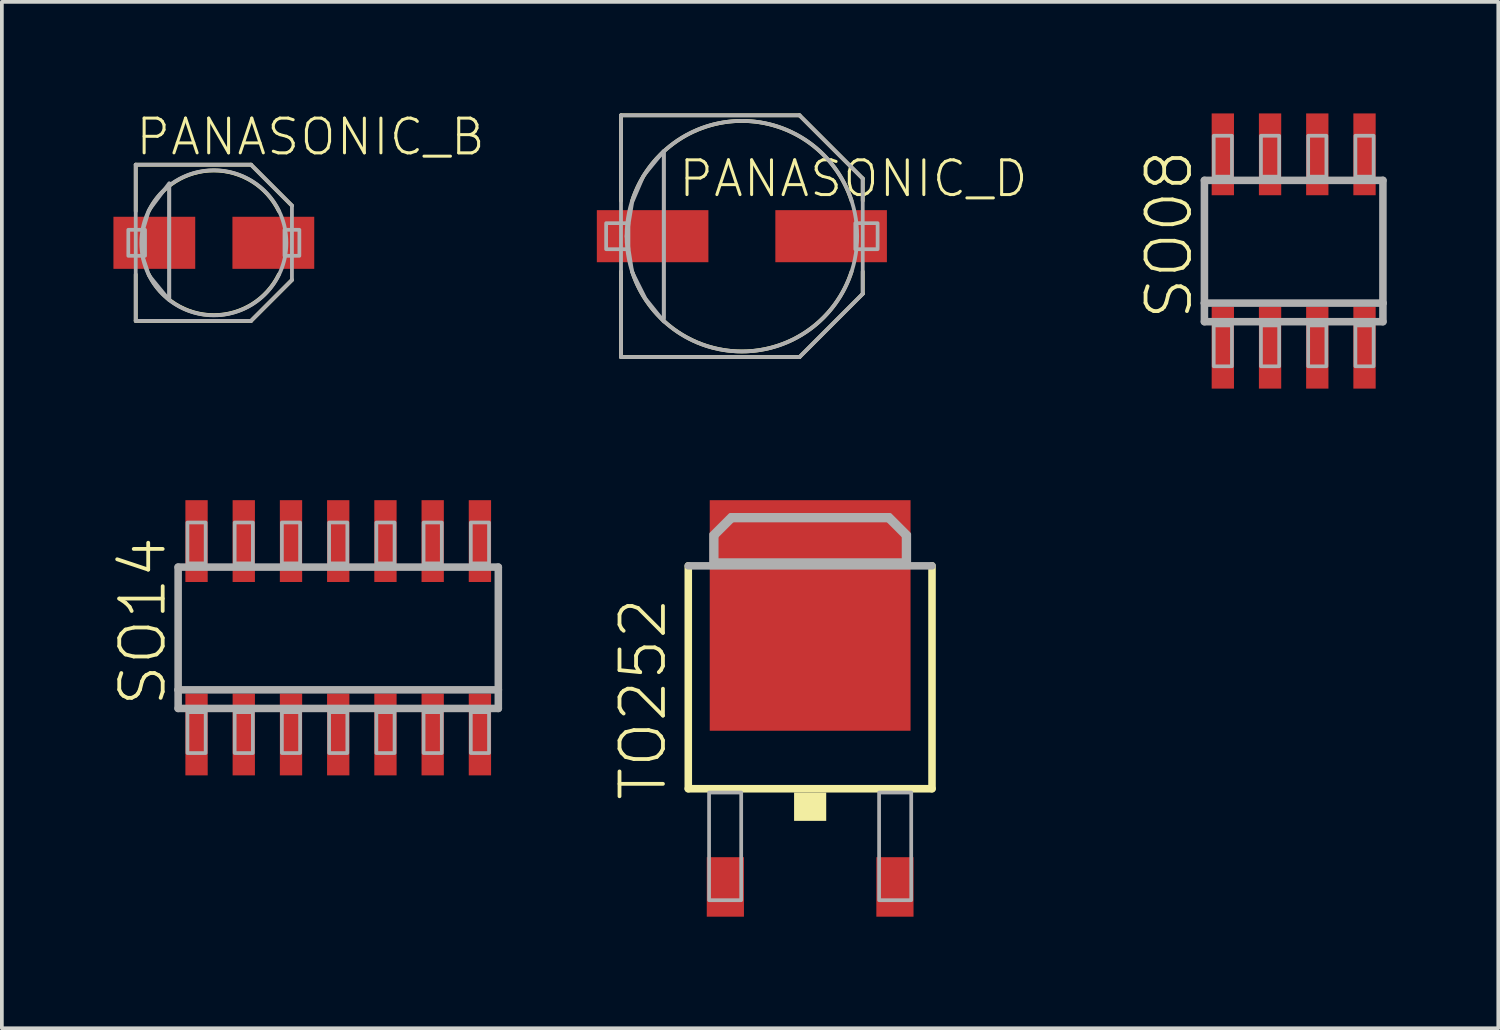
<source format=kicad_pcb>
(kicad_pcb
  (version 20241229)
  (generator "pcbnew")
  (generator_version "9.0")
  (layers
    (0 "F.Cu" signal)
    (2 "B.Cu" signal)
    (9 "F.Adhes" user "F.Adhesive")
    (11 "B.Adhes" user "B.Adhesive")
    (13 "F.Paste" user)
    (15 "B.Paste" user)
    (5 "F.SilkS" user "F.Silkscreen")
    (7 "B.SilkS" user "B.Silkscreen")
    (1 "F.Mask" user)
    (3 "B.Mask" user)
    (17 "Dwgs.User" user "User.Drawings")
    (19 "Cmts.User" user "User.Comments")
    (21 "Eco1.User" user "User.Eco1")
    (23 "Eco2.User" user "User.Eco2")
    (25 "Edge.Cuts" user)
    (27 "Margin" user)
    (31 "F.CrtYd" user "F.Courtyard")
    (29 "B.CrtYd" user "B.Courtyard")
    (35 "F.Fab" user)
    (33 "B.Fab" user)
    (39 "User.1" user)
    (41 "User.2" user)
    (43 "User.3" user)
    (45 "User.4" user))
  (footprint "PANASONIC_B"
    (layer "F.Cu")
    (at 2.7 3.479)
    (property "Reference" "PANASONIC_B" (at -2.15 -2.3 0) (unlocked yes) (layer "F.SilkS") (effects (font (size 0.935 0.935) (thickness 0.081)) (justify left bottom)))
    (fp_line (start -2.1 -2.1) (end 1 -2.1) (stroke (width 0.102) (type solid)) (layer "F.SilkS"))
    (fp_line (start -2.1 -0.85) (end -2.1 -2.1) (stroke (width 0.102) (type solid)) (layer "F.SilkS"))
    (fp_line (start -2.1 2.1) (end -2.1 0.85) (stroke (width 0.102) (type solid)) (layer "F.SilkS"))
    (fp_line (start 1 -2.1) (end 2.1 -1) (stroke (width 0.102) (type solid)) (layer "F.SilkS"))
    (fp_line (start 1 2.1) (end -2.1 2.1) (stroke (width 0.102) (type solid)) (layer "F.SilkS"))
    (fp_line (start 2.1 1) (end 1 2.1) (stroke (width 0.102) (type solid)) (layer "F.SilkS"))
    (fp_arc (start -1.75 -0.85) (mid 0 -1.945508) (end 1.75 -0.85) (stroke (width 0.1016) (type solid)) (layer "F.SilkS"))
    (fp_arc (start 1.75 0.85) (mid 0 1.945508) (end -1.75 0.85) (stroke (width 0.1016) (type solid)) (layer "F.SilkS"))
    (fp_line (start -2.1 -2.1) (end 1 -2.1) (stroke (width 0.102) (type solid)) (layer "F.Fab"))
    (fp_line (start -2.1 2.1) (end -2.1 -2.1) (stroke (width 0.102) (type solid)) (layer "F.Fab"))
    (fp_line (start -1.2 -1.5) (end -1.2 1.5) (stroke (width 0.102) (type solid)) (layer "F.Fab"))
    (fp_line (start 1 -2.1) (end 2.1 -1) (stroke (width 0.102) (type solid)) (layer "F.Fab"))
    (fp_line (start 1 2.1) (end -2.1 2.1) (stroke (width 0.102) (type solid)) (layer "F.Fab"))
    (fp_line (start 2.1 -1) (end 2.1 1) (stroke (width 0.102) (type solid)) (layer "F.Fab"))
    (fp_line (start 2.1 1) (end 1 2.1) (stroke (width 0.102) (type solid)) (layer "F.Fab"))
    (fp_circle (center 0 0) (end 1.95 0) (stroke (width 0.102) (type solid)) (fill no) (layer "F.Fab"))
    (fp_poly (pts (xy -2.3 0.35) (xy -1.85 0.35) (xy -1.85 -0.35) (xy -2.3 -0.35)) (stroke (width 0.1) (type default)) (fill no) (layer "F.Fab"))
    (fp_poly (pts (xy 1.9 0.35) (xy 2.3 0.35) (xy 2.3 -0.35) (xy 1.9 -0.35)) (stroke (width 0.1) (type default)) (fill no) (layer "F.Fab"))
    (fp_poly (pts (xy -1.199 1.542) (xy -1.745 0.875) (xy -1.901 0.408) (xy -1.901 -0.357) (xy -1.746 -0.873) (xy -1.199 -1.602)) (stroke (width 0.1) (type default)) (fill no) (layer "F.Fab"))
    (pad "+" smd rect (at 1.6 0) (size 2.2 1.4) (layers "F.Cu" "F.Mask" "F.Paste"))
    (pad "-" smd rect (at -1.6 0) (size 2.2 1.4) (layers "F.Cu" "F.Mask" "F.Paste")))
  (footprint "SO14"
    (layer "F.Cu")
    (at 6.045 14.1)
    (property "Reference" "SO14" (at -4.572 1.905 90) (unlocked yes) (layer "F.SilkS") (effects (font (size 1.168 1.168) (thickness 0.102)) (justify left bottom)))
    (fp_line (start -4.305 -1.9) (end 4.305 -1.9) (stroke (width 0.203) (type solid)) (layer "F.Fab"))
    (fp_line (start -4.305 1.4) (end -4.305 -1.9) (stroke (width 0.203) (type solid)) (layer "F.Fab"))
    (fp_line (start -4.305 1.9) (end -4.305 1.4) (stroke (width 0.203) (type solid)) (layer "F.Fab"))
    (fp_line (start 4.305 -1.9) (end 4.305 1.4) (stroke (width 0.203) (type solid)) (layer "F.Fab"))
    (fp_line (start 4.305 1.4) (end -4.305 1.4) (stroke (width 0.203) (type solid)) (layer "F.Fab"))
    (fp_line (start 4.305 1.4) (end 4.305 1.9) (stroke (width 0.203) (type solid)) (layer "F.Fab"))
    (fp_line (start 4.305 1.9) (end -4.305 1.9) (stroke (width 0.203) (type solid)) (layer "F.Fab"))
    (fp_poly (pts (xy -4.055 -2) (xy -3.565 -2) (xy -3.565 -3.1) (xy -4.055 -3.1)) (stroke (width 0.1) (type default)) (fill no) (layer "F.Fab"))
    (fp_poly (pts (xy -4.055 3.1) (xy -3.565 3.1) (xy -3.565 2) (xy -4.055 2)) (stroke (width 0.1) (type default)) (fill no) (layer "F.Fab"))
    (fp_poly (pts (xy -2.785 -2) (xy -2.295 -2) (xy -2.295 -3.1) (xy -2.785 -3.1)) (stroke (width 0.1) (type default)) (fill no) (layer "F.Fab"))
    (fp_poly (pts (xy -2.785 3.1) (xy -2.295 3.1) (xy -2.295 2) (xy -2.785 2)) (stroke (width 0.1) (type default)) (fill no) (layer "F.Fab"))
    (fp_poly (pts (xy -1.515 -2) (xy -1.025 -2) (xy -1.025 -3.1) (xy -1.515 -3.1)) (stroke (width 0.1) (type default)) (fill no) (layer "F.Fab"))
    (fp_poly (pts (xy -1.515 3.1) (xy -1.025 3.1) (xy -1.025 2) (xy -1.515 2)) (stroke (width 0.1) (type default)) (fill no) (layer "F.Fab"))
    (fp_poly (pts (xy -0.245 -2) (xy 0.245 -2) (xy 0.245 -3.1) (xy -0.245 -3.1)) (stroke (width 0.1) (type default)) (fill no) (layer "F.Fab"))
    (fp_poly (pts (xy -0.245 3.1) (xy 0.245 3.1) (xy 0.245 2) (xy -0.245 2)) (stroke (width 0.1) (type default)) (fill no) (layer "F.Fab"))
    (fp_poly (pts (xy 1.025 -2) (xy 1.515 -2) (xy 1.515 -3.1) (xy 1.025 -3.1)) (stroke (width 0.1) (type default)) (fill no) (layer "F.Fab"))
    (fp_poly (pts (xy 1.025 3.1) (xy 1.515 3.1) (xy 1.515 2) (xy 1.025 2)) (stroke (width 0.1) (type default)) (fill no) (layer "F.Fab"))
    (fp_poly (pts (xy 2.295 -2) (xy 2.785 -2) (xy 2.785 -3.1) (xy 2.295 -3.1)) (stroke (width 0.1) (type default)) (fill no) (layer "F.Fab"))
    (fp_poly (pts (xy 2.295 3.1) (xy 2.785 3.1) (xy 2.785 2) (xy 2.295 2)) (stroke (width 0.1) (type default)) (fill no) (layer "F.Fab"))
    (fp_poly (pts (xy 3.565 -2) (xy 4.055 -2) (xy 4.055 -3.1) (xy 3.565 -3.1)) (stroke (width 0.1) (type default)) (fill no) (layer "F.Fab"))
    (fp_poly (pts (xy 3.565 3.1) (xy 4.055 3.1) (xy 4.055 2) (xy 3.565 2)) (stroke (width 0.1) (type default)) (fill no) (layer "F.Fab"))
    (pad "1" smd rect (at -3.81 2.6) (size 0.6 2.2) (layers "F.Cu" "F.Mask" "F.Paste"))
    (pad "2" smd rect (at -2.54 2.6) (size 0.6 2.2) (layers "F.Cu" "F.Mask" "F.Paste"))
    (pad "3" smd rect (at -1.27 2.6) (size 0.6 2.2) (layers "F.Cu" "F.Mask" "F.Paste"))
    (pad "4" smd rect (at 0 2.6) (size 0.6 2.2) (layers "F.Cu" "F.Mask" "F.Paste"))
    (pad "5" smd rect (at 1.27 2.6) (size 0.6 2.2) (layers "F.Cu" "F.Mask" "F.Paste"))
    (pad "6" smd rect (at 2.54 2.6) (size 0.6 2.2) (layers "F.Cu" "F.Mask" "F.Paste"))
    (pad "7" smd rect (at 3.81 2.6) (size 0.6 2.2) (layers "F.Cu" "F.Mask" "F.Paste"))
    (pad "8" smd rect (at 3.81 -2.6) (size 0.6 2.2) (layers "F.Cu" "F.Mask" "F.Paste"))
    (pad "9" smd rect (at 2.54 -2.6) (size 0.6 2.2) (layers "F.Cu" "F.Mask" "F.Paste"))
    (pad "10" smd rect (at 1.27 -2.6) (size 0.6 2.2) (layers "F.Cu" "F.Mask" "F.Paste"))
    (pad "11" smd rect (at 0 -2.6) (size 0.6 2.2) (layers "F.Cu" "F.Mask" "F.Paste"))
    (pad "12" smd rect (at -1.27 -2.6) (size 0.6 2.2) (layers "F.Cu" "F.Mask" "F.Paste"))
    (pad "13" smd rect (at -2.54 -2.6) (size 0.6 2.2) (layers "F.Cu" "F.Mask" "F.Paste"))
    (pad "14" smd rect (at -3.81 -2.6) (size 0.6 2.2) (layers "F.Cu" "F.Mask" "F.Paste")))
  (footprint "PANASONIC_D"
    (layer "F.Cu")
    (at 16.899 3.301)
    (property "Reference" "PANASONIC_D" (at -1.75 -1 0) (unlocked yes) (layer "F.SilkS") (effects (font (size 0.935 0.935) (thickness 0.081)) (justify left bottom)))
    (fp_line (start -3.25 -3.25) (end 1.55 -3.25) (stroke (width 0.102) (type solid)) (layer "F.SilkS"))
    (fp_line (start -3.25 -0.95) (end -3.25 -3.25) (stroke (width 0.102) (type solid)) (layer "F.SilkS"))
    (fp_line (start -3.25 3.25) (end -3.25 0.95) (stroke (width 0.102) (type solid)) (layer "F.SilkS"))
    (fp_line (start 1.55 -3.25) (end 3.25 -1.55) (stroke (width 0.102) (type solid)) (layer "F.SilkS"))
    (fp_line (start 1.55 3.25) (end -3.25 3.25) (stroke (width 0.102) (type solid)) (layer "F.SilkS"))
    (fp_line (start 3.25 -1.55) (end 3.25 -0.95) (stroke (width 0.102) (type solid)) (layer "F.SilkS"))
    (fp_line (start 3.25 0.95) (end 3.25 1.55) (stroke (width 0.102) (type solid)) (layer "F.SilkS"))
    (fp_line (start 3.25 1.55) (end 1.55 3.25) (stroke (width 0.102) (type solid)) (layer "F.SilkS"))
    (fp_arc (start -2.95 -0.95) (mid 0 -3.099193) (end 2.95 -0.95) (stroke (width 0.1016) (type solid)) (layer "F.SilkS"))
    (fp_arc (start 2.95 0.95) (mid 0 3.099193) (end -2.95 0.95) (stroke (width 0.1016) (type solid)) (layer "F.SilkS"))
    (fp_line (start -3.25 -3.25) (end 1.55 -3.25) (stroke (width 0.102) (type solid)) (layer "F.Fab"))
    (fp_line (start -3.25 3.25) (end -3.25 -3.25) (stroke (width 0.102) (type solid)) (layer "F.Fab"))
    (fp_line (start -2.1 -2.25) (end -2.1 2.2) (stroke (width 0.102) (type solid)) (layer "F.Fab"))
    (fp_line (start 1.55 -3.25) (end 3.25 -1.55) (stroke (width 0.102) (type solid)) (layer "F.Fab"))
    (fp_line (start 1.55 3.25) (end -3.25 3.25) (stroke (width 0.102) (type solid)) (layer "F.Fab"))
    (fp_line (start 3.25 -1.55) (end 3.25 1.55) (stroke (width 0.102) (type solid)) (layer "F.Fab"))
    (fp_line (start 3.25 1.55) (end 1.55 3.25) (stroke (width 0.102) (type solid)) (layer "F.Fab"))
    (fp_circle (center 0 0) (end 3.1 0) (stroke (width 0.102) (type solid)) (fill no) (layer "F.Fab"))
    (fp_poly (pts (xy -3.65 0.35) (xy -3.05 0.35) (xy -3.05 -0.35) (xy -3.65 -0.35)) (stroke (width 0.1) (type default)) (fill no) (layer "F.Fab"))
    (fp_poly (pts (xy 3.05 0.35) (xy 3.65 0.35) (xy 3.65 -0.35) (xy 3.05 -0.35)) (stroke (width 0.1) (type default)) (fill no) (layer "F.Fab"))
    (fp_poly (pts (xy -2.099 2.295) (xy -2.593 1.678) (xy -2.949 0.966) (xy -3.101 -0.00022) (xy -2.949 -0.914) (xy -2.644 -1.627) (xy -2.099 -2.292)) (stroke (width 0.1) (type default)) (fill no) (layer "F.Fab"))
    (pad "+" smd rect (at 2.4 0) (size 3 1.4) (layers "F.Cu" "F.Mask" "F.Paste"))
    (pad "-" smd rect (at -2.4 0) (size 3 1.4) (layers "F.Cu" "F.Mask" "F.Paste")))
  (footprint "TO252"
    (layer "F.Cu")
    (at 18.735 16)
    (property "Reference" "TO252" (at -3.81 2.54 90) (unlocked yes) (layer "F.SilkS") (effects (font (size 1.168 1.168) (thickness 0.102)) (justify left bottom)))
    (fp_line (start -3.277 2.159) (end -3.277 -3.835) (stroke (width 0.203) (type solid)) (layer "F.SilkS"))
    (fp_line (start 3.277 -3.835) (end 3.277 2.159) (stroke (width 0.203) (type solid)) (layer "F.SilkS"))
    (fp_line (start 3.277 2.159) (end -3.277 2.159) (stroke (width 0.203) (type solid)) (layer "F.SilkS"))
    (fp_poly (pts (xy -0.432 3.023) (xy 0.432 3.023) (xy 0.432 2.261) (xy -0.432 2.261)) (stroke (width 0) (type default)) (fill yes) (layer "F.SilkS"))
    (fp_line (start -3.277 -3.835) (end 3.277 -3.835) (stroke (width 0.203) (type solid)) (layer "F.Fab"))
    (fp_line (start -2.565 -4.648) (end -2.108 -5.105) (stroke (width 0.203) (type solid)) (layer "F.Fab"))
    (fp_line (start -2.565 -3.937) (end -2.565 -4.648) (stroke (width 0.203) (type solid)) (layer "F.Fab"))
    (fp_line (start -2.108 -5.105) (end 2.108 -5.105) (stroke (width 0.203) (type solid)) (layer "F.Fab"))
    (fp_line (start 2.108 -5.105) (end 2.565 -4.648) (stroke (width 0.203) (type solid)) (layer "F.Fab"))
    (fp_line (start 2.565 -4.648) (end 2.565 -3.937) (stroke (width 0.203) (type solid)) (layer "F.Fab"))
    (fp_line (start 2.565 -3.937) (end -2.565 -3.937) (stroke (width 0.203) (type solid)) (layer "F.Fab"))
    (fp_poly (pts (xy -2.718 5.156) (xy -1.854 5.156) (xy -1.854 2.261) (xy -2.718 2.261)) (stroke (width 0.1) (type default)) (fill no) (layer "F.Fab"))
    (fp_poly (pts (xy 1.854 5.156) (xy 2.718 5.156) (xy 2.718 2.261) (xy 1.854 2.261)) (stroke (width 0.1) (type default)) (fill no) (layer "F.Fab"))
    (fp_poly (pts (xy 2.665 -4.69) (xy 2.665 -3.837) (xy -2.665 -3.837) (xy -2.665 -4.69) (xy -2.15 -5.205) (xy 2.15 -5.205)) (stroke (width 0.1) (type default)) (fill no) (layer "F.Fab"))
    (pad "1" smd rect (at -2.28 4.8) (size 1 1.6) (layers "F.Cu" "F.Mask" "F.Paste"))
    (pad "2" smd rect (at 2.28 4.8) (size 1 1.6) (layers "F.Cu" "F.Mask" "F.Paste"))
    (pad "3" smd rect (at 0 -2.5) (size 5.4 6.2) (layers "F.Cu" "F.Mask" "F.Paste")))
  (footprint "SO08"
    (layer "F.Cu")
    (at 31.737 3.7)
    (property "Reference" "SO08" (at -2.667 1.905 90) (unlocked yes) (layer "F.SilkS") (effects (font (size 1.168 1.168) (thickness 0.102)) (justify left bottom)))
    (fp_line (start -2.4 -1.9) (end 2.4 -1.9) (stroke (width 0.203) (type solid)) (layer "F.Fab"))
    (fp_line (start -2.4 1.4) (end -2.4 -1.9) (stroke (width 0.203) (type solid)) (layer "F.Fab"))
    (fp_line (start -2.4 1.9) (end -2.4 1.4) (stroke (width 0.203) (type solid)) (layer "F.Fab"))
    (fp_line (start 2.4 -1.9) (end 2.4 1.4) (stroke (width 0.203) (type solid)) (layer "F.Fab"))
    (fp_line (start 2.4 1.4) (end -2.4 1.4) (stroke (width 0.203) (type solid)) (layer "F.Fab"))
    (fp_line (start 2.4 1.4) (end 2.4 1.9) (stroke (width 0.203) (type solid)) (layer "F.Fab"))
    (fp_line (start 2.4 1.9) (end -2.4 1.9) (stroke (width 0.203) (type solid)) (layer "F.Fab"))
    (fp_poly (pts (xy -2.15 -2) (xy -1.66 -2) (xy -1.66 -3.1) (xy -2.15 -3.1)) (stroke (width 0.1) (type default)) (fill no) (layer "F.Fab"))
    (fp_poly (pts (xy -2.15 3.1) (xy -1.66 3.1) (xy -1.66 2) (xy -2.15 2)) (stroke (width 0.1) (type default)) (fill no) (layer "F.Fab"))
    (fp_poly (pts (xy -0.88 -2) (xy -0.39 -2) (xy -0.39 -3.1) (xy -0.88 -3.1)) (stroke (width 0.1) (type default)) (fill no) (layer "F.Fab"))
    (fp_poly (pts (xy -0.88 3.1) (xy -0.39 3.1) (xy -0.39 2) (xy -0.88 2)) (stroke (width 0.1) (type default)) (fill no) (layer "F.Fab"))
    (fp_poly (pts (xy 0.39 -2) (xy 0.88 -2) (xy 0.88 -3.1) (xy 0.39 -3.1)) (stroke (width 0.1) (type default)) (fill no) (layer "F.Fab"))
    (fp_poly (pts (xy 0.39 3.1) (xy 0.88 3.1) (xy 0.88 2) (xy 0.39 2)) (stroke (width 0.1) (type default)) (fill no) (layer "F.Fab"))
    (fp_poly (pts (xy 1.66 -2) (xy 2.15 -2) (xy 2.15 -3.1) (xy 1.66 -3.1)) (stroke (width 0.1) (type default)) (fill no) (layer "F.Fab"))
    (fp_poly (pts (xy 1.66 3.1) (xy 2.15 3.1) (xy 2.15 2) (xy 1.66 2)) (stroke (width 0.1) (type default)) (fill no) (layer "F.Fab"))
    (pad "1" smd rect (at -1.905 2.6) (size 0.6 2.2) (layers "F.Cu" "F.Mask" "F.Paste"))
    (pad "2" smd rect (at -0.635 2.6) (size 0.6 2.2) (layers "F.Cu" "F.Mask" "F.Paste"))
    (pad "3" smd rect (at 0.635 2.6) (size 0.6 2.2) (layers "F.Cu" "F.Mask" "F.Paste"))
    (pad "4" smd rect (at 1.905 2.6) (size 0.6 2.2) (layers "F.Cu" "F.Mask" "F.Paste"))
    (pad "5" smd rect (at 1.905 -2.6) (size 0.6 2.2) (layers "F.Cu" "F.Mask" "F.Paste"))
    (pad "6" smd rect (at 0.635 -2.6) (size 0.6 2.2) (layers "F.Cu" "F.Mask" "F.Paste"))
    (pad "7" smd rect (at -0.635 -2.6) (size 0.6 2.2) (layers "F.Cu" "F.Mask" "F.Paste"))
    (pad "8" smd rect (at -1.905 -2.6) (size 0.6 2.2) (layers "F.Cu" "F.Mask" "F.Paste")))
  (gr_rect
    (start -3 -3)
    (end 37.239 24.6)
    (stroke (width 0.1) (type default))
    (fill no)
    (layer "Edge.Cuts")))
</source>
